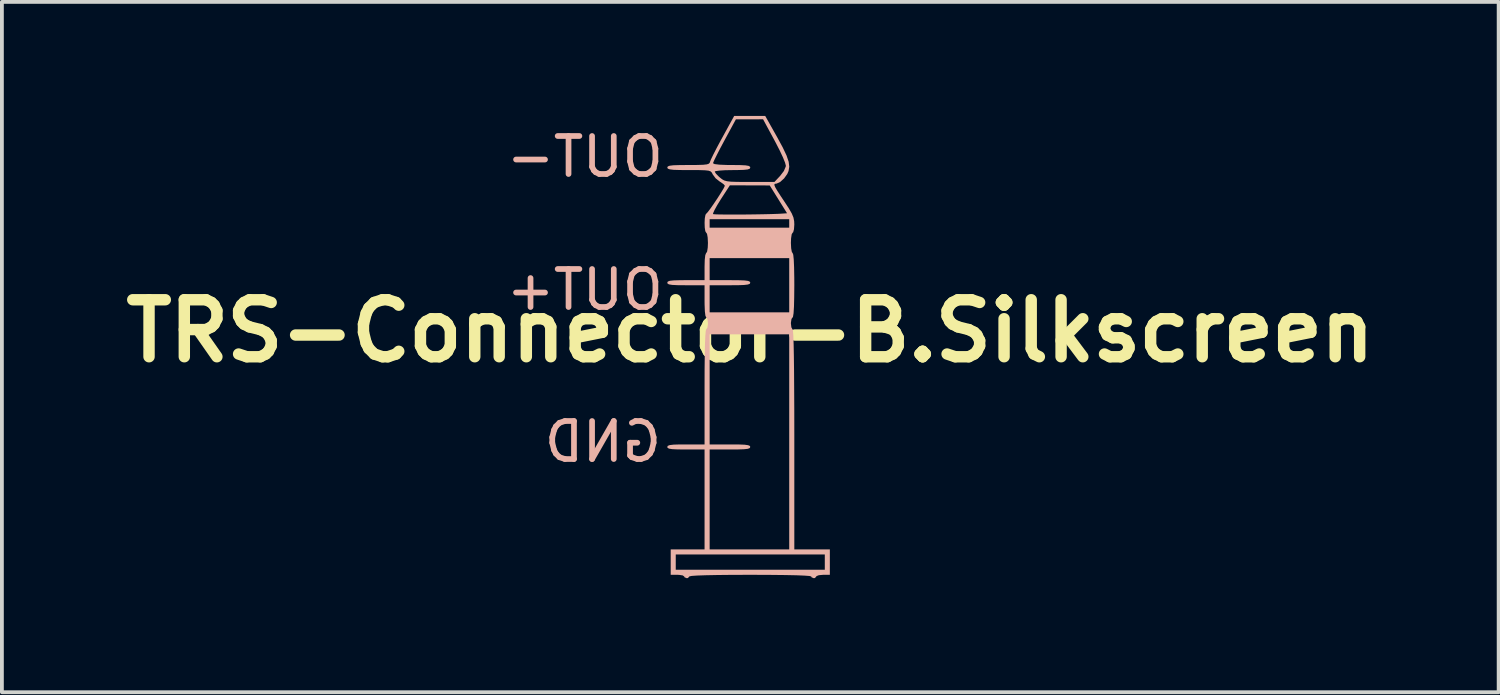
<source format=kicad_pcb>
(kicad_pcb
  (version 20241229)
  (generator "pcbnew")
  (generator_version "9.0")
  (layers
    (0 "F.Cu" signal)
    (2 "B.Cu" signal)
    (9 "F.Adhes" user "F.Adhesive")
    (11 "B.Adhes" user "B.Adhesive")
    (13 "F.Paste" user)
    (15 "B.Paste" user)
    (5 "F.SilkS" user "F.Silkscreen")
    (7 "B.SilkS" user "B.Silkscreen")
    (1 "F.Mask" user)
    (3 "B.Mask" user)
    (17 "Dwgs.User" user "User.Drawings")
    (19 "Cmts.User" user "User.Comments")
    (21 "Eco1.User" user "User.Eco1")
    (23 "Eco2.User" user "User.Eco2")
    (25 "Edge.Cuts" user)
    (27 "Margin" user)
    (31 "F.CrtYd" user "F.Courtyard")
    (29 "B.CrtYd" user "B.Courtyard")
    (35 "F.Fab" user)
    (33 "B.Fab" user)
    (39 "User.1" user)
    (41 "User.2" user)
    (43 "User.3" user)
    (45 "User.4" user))
  (footprint "TRS-Connector-B.Silkscreen"
    (layer "F.Cu")
    (at 16.693 5.659)
    (property "Reference" "TRS-Connector-B.Silkscreen" (at 0 0 0) (layer "F.SilkS") (effects (font (size 1.5 1.5) (thickness 0.3))))
    (attr board_only exclude_from_pos_files exclude_from_bom)
    (fp_poly (pts (xy 0.709 -5.097) (xy 0.855 -4.828) (xy 0.954 -4.618) (xy 1.01 -4.454) (xy 1.026 -4.322) (xy 1.007 -4.208) (xy 0.973 -4.13) (xy 0.89 -4.014) (xy 0.787 -3.921) (xy 0.694 -3.878) (xy 0.684 -3.877) (xy 0.645 -3.871) (xy 0.633 -3.846) (xy 0.653 -3.789) (xy 0.71 -3.69) (xy 0.81 -3.536) (xy 0.892 -3.413) (xy 1.014 -3.227) (xy 1.092 -3.091) (xy 1.136 -2.985) (xy 1.155 -2.887) (xy 1.159 -2.8) (xy 1.15 -2.676) (xy 1.129 -2.598) (xy 1.114 -2.585) (xy 1.09 -2.544) (xy 1.074 -2.438) (xy 1.069 -2.317) (xy 1.076 -2.175) (xy 1.094 -2.078) (xy 1.114 -2.05) (xy 1.131 -2.006) (xy 1.144 -1.879) (xy 1.153 -1.674) (xy 1.158 -1.397) (xy 1.159 -1.203) (xy 1.156 -0.886) (xy 1.15 -0.638) (xy 1.139 -0.465) (xy 1.124 -0.372) (xy 1.114 -0.356) (xy 1.085 -0.317) (xy 1.07 -0.221) (xy 1.069 -0.201) (xy 1.081 -0.097) (xy 1.108 -0.046) (xy 1.114 -0.045) (xy 1.124 -0.000166) (xy 1.133 0.132) (xy 1.141 0.352) (xy 1.147 0.658) (xy 1.152 1.049) (xy 1.155 1.524) (xy 1.158 2.083) (xy 1.159 2.724) (xy 1.159 2.852) (xy 1.159 5.748) (xy 1.626 5.748) (xy 2.094 5.748) (xy 2.094 6.083) (xy 2.094 6.417) (xy 1.916 6.417) (xy 1.805 6.427) (xy 1.742 6.451) (xy 1.738 6.461) (xy 1.702 6.501) (xy 1.671 6.506) (xy 1.612 6.482) (xy 1.604 6.461) (xy 1.56 6.448) (xy 1.429 6.438) (xy 1.214 6.429) (xy 0.916 6.423) (xy 0.538 6.419) (xy 0.083 6.417) (xy 0 6.417) (xy -0.468 6.418) (xy -0.859 6.422) (xy -1.17 6.428) (xy -1.399 6.436) (xy -1.544 6.446) (xy -1.603 6.459) (xy -1.604 6.461) (xy -1.64 6.501) (xy -1.671 6.506) (xy -1.73 6.482) (xy -1.738 6.461) (xy -1.777 6.433) (xy -1.876 6.418) (xy -1.916 6.417) (xy -2.094 6.417) (xy -2.094 6.083) (xy -2.094 5.882) (xy -1.961 5.882) (xy -1.961 6.083) (xy -1.961 6.283) (xy 0 6.283) (xy 1.961 6.283) (xy 1.961 6.083) (xy 1.961 5.882) (xy 0 5.882) (xy -1.961 5.882) (xy -2.094 5.882) (xy -2.094 5.748) (xy -1.649 5.748) (xy -1.203 5.748) (xy -1.203 4.434) (xy -1.203 3.119) (xy -1.693 3.119) (xy -1.913 3.117) (xy -2.057 3.11) (xy -2.141 3.096) (xy -2.178 3.073) (xy -2.184 3.052) (xy -2.17 3.023) (xy -2.118 3.003) (xy -2.015 2.991) (xy -1.846 2.986) (xy -1.693 2.986) (xy -1.203 2.986) (xy -1.203 1.471) (xy -1.202 1.018) (xy -1.198 0.642) (xy -1.192 0.345) (xy -1.183 0.13) (xy -1.179 0.089) (xy -1.069 0.089) (xy -1.069 1.537) (xy -1.069 2.986) (xy -0.535 2.986) (xy -0.304 2.987) (xy -0.149 2.993) (xy -0.056 3.006) (xy -0.011 3.026) (xy 0 3.052) (xy -0.013 3.081) (xy -0.063 3.101) (xy -0.162 3.112) (xy -0.324 3.118) (xy -0.535 3.119) (xy -1.069 3.119) (xy -1.069 4.434) (xy -1.069 5.748) (xy -0.022 5.748) (xy 1.025 5.748) (xy 1.025 2.919) (xy 1.025 0.089) (xy -0.022 0.089) (xy -1.069 0.089) (xy -1.179 0.089) (xy -1.172 -0.000346) (xy -1.159 -0.045) (xy -1.159 -0.045) (xy -1.129 -0.084) (xy -1.114 -0.18) (xy -1.114 -0.201) (xy -1.125 -0.304) (xy -1.153 -0.355) (xy -1.159 -0.356) (xy -1.18 -0.399) (xy -1.195 -0.516) (xy -1.202 -0.695) (xy -1.203 -0.78) (xy -1.203 -1.203) (xy -1.693 -1.203) (xy -1.913 -1.205) (xy -2.057 -1.212) (xy -2.141 -1.226) (xy -2.178 -1.249) (xy -2.184 -1.27) (xy -2.17 -1.3) (xy -2.118 -1.32) (xy -2.015 -1.331) (xy -1.846 -1.336) (xy -1.693 -1.337) (xy -1.203 -1.337) (xy -1.203 -1.693) (xy -1.198 -1.87) (xy -1.193 -1.916) (xy -1.069 -1.916) (xy -1.069 -1.626) (xy -1.069 -1.337) (xy -0.535 -1.337) (xy -0.304 -1.335) (xy -0.149 -1.329) (xy -0.056 -1.317) (xy -0.011 -1.296) (xy 0 -1.27) (xy -0.013 -1.241) (xy -0.063 -1.222) (xy -0.162 -1.21) (xy -0.324 -1.204) (xy -0.535 -1.203) (xy -1.069 -1.203) (xy -1.069 -0.847) (xy -1.069 -0.49) (xy -0.022 -0.49) (xy 1.025 -0.49) (xy 1.025 -1.203) (xy 1.025 -1.916) (xy -0.022 -1.916) (xy -1.069 -1.916) (xy -1.193 -1.916) (xy -1.184 -1.994) (xy -1.163 -2.049) (xy -1.159 -2.05) (xy -1.135 -2.09) (xy -1.119 -2.196) (xy -1.114 -2.317) (xy -1.121 -2.46) (xy -1.138 -2.556) (xy -1.159 -2.585) (xy -1.183 -2.624) (xy -1.198 -2.721) (xy -1.202 -2.846) (xy -1.198 -2.941) (xy -1.069 -2.941) (xy -1.069 -2.83) (xy -1.069 -2.718) (xy -0.022 -2.718) (xy 1.025 -2.718) (xy 1.025 -2.83) (xy 1.025 -2.941) (xy -0.022 -2.941) (xy -1.069 -2.941) (xy -1.198 -2.941) (xy -1.196 -2.968) (xy -1.179 -3.056) (xy -1.167 -3.075) (xy -0.979 -3.075) (xy -0.927 -3.069) (xy -0.802 -3.065) (xy -0.622 -3.064) (xy -0.401 -3.063) (xy -0.156 -3.064) (xy 0.095 -3.067) (xy 0.338 -3.071) (xy 0.555 -3.076) (xy 0.73 -3.082) (xy 0.807 -3.086) (xy 0.968 -3.097) (xy 0.74 -3.463) (xy 0.512 -3.829) (xy -0.012 -3.831) (xy -0.537 -3.832) (xy -0.775 -3.465) (xy -0.872 -3.307) (xy -0.943 -3.178) (xy -0.979 -3.096) (xy -0.979 -3.075) (xy -1.167 -3.075) (xy -1.162 -3.082) (xy -1.122 -3.124) (xy -1.049 -3.22) (xy -0.957 -3.352) (xy -0.859 -3.498) (xy -0.77 -3.638) (xy -0.702 -3.751) (xy -0.67 -3.817) (xy -0.669 -3.823) (xy -0.704 -3.864) (xy -0.789 -3.923) (xy -0.802 -3.93) (xy -0.912 -4.017) (xy -0.988 -4.12) (xy -0.988 -4.12) (xy -1.011 -4.166) (xy -1.043 -4.198) (xy -1.098 -4.218) (xy -1.193 -4.228) (xy -1.343 -4.233) (xy -1.563 -4.233) (xy -1.611 -4.233) (xy -1.851 -4.235) (xy -2.015 -4.24) (xy -2.116 -4.252) (xy -2.168 -4.27) (xy -2.183 -4.297) (xy -2.184 -4.3) (xy -2.17 -4.329) (xy -2.122 -4.348) (xy -2.025 -4.36) (xy -1.865 -4.365) (xy -1.63 -4.367) (xy -1.63 -4.367) (xy -1.397 -4.368) (xy -1.239 -4.373) (xy -1.141 -4.384) (xy -1.088 -4.403) (xy -1.08 -4.413) (xy -0.98 -4.413) (xy -0.937 -4.391) (xy -0.814 -4.376) (xy -0.621 -4.368) (xy -0.49 -4.367) (xy -0.271 -4.365) (xy -0.126 -4.358) (xy -0.043 -4.344) (xy -0.006 -4.321) (xy 0 -4.3) (xy -0.014 -4.27) (xy -0.067 -4.25) (xy -0.172 -4.239) (xy -0.345 -4.234) (xy -0.468 -4.233) (xy -0.66 -4.23) (xy -0.814 -4.22) (xy -0.911 -4.206) (xy -0.936 -4.193) (xy -0.905 -4.141) (xy -0.827 -4.061) (xy -0.799 -4.037) (xy -0.742 -3.992) (xy -0.685 -3.96) (xy -0.612 -3.94) (xy -0.507 -3.928) (xy -0.352 -3.923) (xy -0.131 -3.921) (xy -0.013 -3.921) (xy 0.636 -3.921) (xy 0.786 -4.081) (xy 0.884 -4.209) (xy 0.933 -4.325) (xy 0.936 -4.351) (xy 0.915 -4.43) (xy 0.859 -4.569) (xy 0.774 -4.75) (xy 0.669 -4.955) (xy 0.636 -5.017) (xy 0.337 -5.57) (xy -0.021 -5.569) (xy -0.379 -5.568) (xy -0.68 -5.013) (xy -0.788 -4.811) (xy -0.879 -4.634) (xy -0.945 -4.5) (xy -0.978 -4.423) (xy -0.98 -4.413) (xy -1.08 -4.413) (xy -1.065 -4.431) (xy -1.061 -4.446) (xy -1.036 -4.511) (xy -0.974 -4.639) (xy -0.886 -4.811) (xy -0.778 -5.013) (xy -0.735 -5.091) (xy -0.423 -5.659) (xy -0.015 -5.659) (xy 0.393 -5.659)) (stroke (width 0) (type solid)) (fill yes) (layer "B.SilkS"))
    (fp_text user "GND" (at -5.5 3.5 0) (unlocked yes) (layer "B.SilkS") (effects (font (size 1 1) (thickness 0.15)) (justify right bottom mirror)))
    (fp_text user "OUT+" (at -6.5 -0.5 0) (unlocked yes) (layer "B.SilkS") (effects (font (size 1 1) (thickness 0.15)) (justify right bottom mirror)))
    (fp_text user "OUT-" (at -6.5 -4 0) (unlocked yes) (layer "B.SilkS") (effects (font (size 1 1) (thickness 0.15)) (justify right bottom mirror))))
  (gr_rect
    (start -3 -3)
    (end 36.386 15.165)
    (stroke (width 0.1) (type default))
    (fill no)
    (layer "Edge.Cuts")))
</source>
